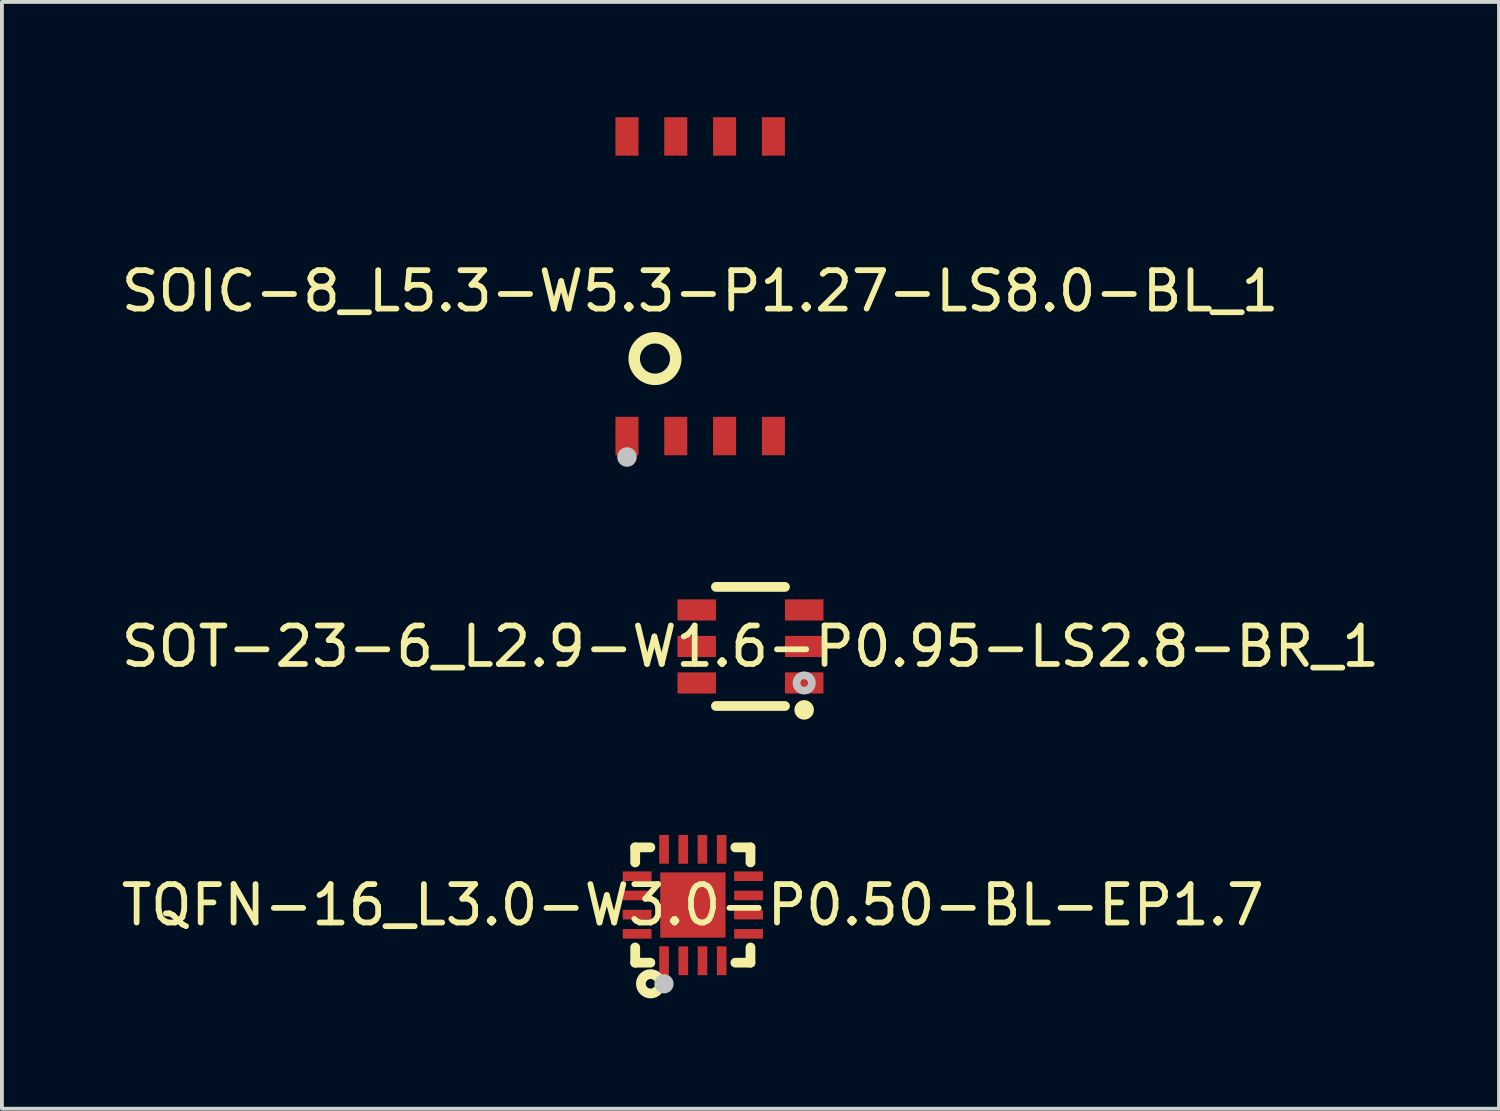
<source format=kicad_pcb>
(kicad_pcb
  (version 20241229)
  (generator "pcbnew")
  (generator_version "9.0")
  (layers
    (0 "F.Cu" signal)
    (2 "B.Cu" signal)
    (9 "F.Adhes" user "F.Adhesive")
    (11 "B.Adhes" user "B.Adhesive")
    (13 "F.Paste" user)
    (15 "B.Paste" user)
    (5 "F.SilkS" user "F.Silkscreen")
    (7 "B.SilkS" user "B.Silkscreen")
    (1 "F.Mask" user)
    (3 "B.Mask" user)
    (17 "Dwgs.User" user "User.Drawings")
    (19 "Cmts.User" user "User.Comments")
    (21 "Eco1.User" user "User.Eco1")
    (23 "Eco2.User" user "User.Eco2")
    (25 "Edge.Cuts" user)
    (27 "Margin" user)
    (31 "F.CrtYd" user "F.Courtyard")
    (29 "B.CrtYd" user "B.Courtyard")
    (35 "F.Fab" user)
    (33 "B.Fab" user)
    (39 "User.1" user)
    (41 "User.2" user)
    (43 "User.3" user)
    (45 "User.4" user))
  (footprint "SOIC-8_L5.3-W5.3-P1.27-LS8.0-BL_1"
    (layer "F.Cu")
    (at 15.173 4.527)
    (property "Reference" "SOIC-8_L5.3-W5.3-P1.27-LS8.0-BL_1" (at 0 0 0) (layer "F.SilkS") (effects (font (size 1 1) (thickness 0.15))))
    (fp_circle (center -1.176 1.755) (end -0.635 1.755) (stroke (width 0.299) (type default)) (fill no) (layer "F.SilkS"))
    (fp_circle (center -1.905 4.318) (end -1.778 4.318) (stroke (width 0.254) (type default)) (fill no) (layer "Dwgs.User"))
    (fp_poly (pts (xy -2.106 -4.128) (xy -1.704 -4.128) (xy -1.704 -3.627) (xy -2.106 -3.627)) (stroke (width 0.1) (type default)) (fill no) (layer "User.1"))
    (fp_poly (pts (xy -1.704 3.873) (xy -2.106 3.873) (xy -2.106 3.373) (xy -1.704 3.373)) (stroke (width 0.1) (type default)) (fill no) (layer "User.1"))
    (fp_poly (pts (xy -0.836 -4.128) (xy -0.434 -4.128) (xy -0.434 -3.627) (xy -0.836 -3.627)) (stroke (width 0.1) (type default)) (fill no) (layer "User.1"))
    (fp_poly (pts (xy -0.434 3.873) (xy -0.836 3.873) (xy -0.836 3.373) (xy -0.434 3.373)) (stroke (width 0.1) (type default)) (fill no) (layer "User.1"))
    (fp_poly (pts (xy 0.434 -4.128) (xy 0.836 -4.128) (xy 0.836 -3.627) (xy 0.434 -3.627)) (stroke (width 0.1) (type default)) (fill no) (layer "User.1"))
    (fp_poly (pts (xy 0.836 3.873) (xy 0.434 3.873) (xy 0.434 3.373) (xy 0.836 3.373)) (stroke (width 0.1) (type default)) (fill no) (layer "User.1"))
    (fp_poly (pts (xy 1.704 -4.128) (xy 2.106 -4.128) (xy 2.106 -3.627) (xy 1.704 -3.627)) (stroke (width 0.1) (type default)) (fill no) (layer "User.1"))
    (fp_poly (pts (xy 2.106 3.873) (xy 1.704 3.873) (xy 1.704 3.373) (xy 2.106 3.373)) (stroke (width 0.1) (type default)) (fill no) (layer "User.1"))
    (fp_line (start -2.999 -4.128) (end 2.999 -4.128) (stroke (width 0.051) (type default)) (layer "User.2"))
    (fp_line (start -2.999 3.873) (end -2.999 -4.128) (stroke (width 0.051) (type default)) (layer "User.2"))
    (fp_line (start 2.999 -4.128) (end 2.999 3.873) (stroke (width 0.051) (type default)) (layer "User.2"))
    (fp_line (start 2.999 3.873) (end -2.999 3.873) (stroke (width 0.051) (type default)) (layer "User.2"))
    (fp_poly (pts (xy -2.938 3.873) (xy -2.956 3.83) (xy -2.999 3.812) (xy -3.043 3.83) (xy -3.061 3.873) (xy -3.043 3.917) (xy -2.999 3.934) (xy -2.956 3.917)) (stroke (width 0.1) (type default)) (fill no) (layer "User.3"))
    (pad "1" smd rect (at -1.905 3.772) (size 0.6 1.001) (layers "F.Cu" "F.Mask" "F.Paste"))
    (pad "2" smd rect (at -0.635 3.772) (size 0.6 1.001) (layers "F.Cu" "F.Mask" "F.Paste"))
    (pad "3" smd rect (at 0.635 3.772) (size 0.6 1.001) (layers "F.Cu" "F.Mask" "F.Paste"))
    (pad "4" smd rect (at 1.905 3.772) (size 0.6 1.001) (layers "F.Cu" "F.Mask" "F.Paste"))
    (pad "5" smd rect (at 1.905 -4.026 180) (size 0.6 1.001) (layers "F.Cu" "F.Mask" "F.Paste"))
    (pad "6" smd rect (at 0.635 -4.026 180) (size 0.6 1.001) (layers "F.Cu" "F.Mask" "F.Paste"))
    (pad "7" smd rect (at -0.635 -4.026 180) (size 0.6 1.001) (layers "F.Cu" "F.Mask" "F.Paste"))
    (pad "8" smd rect (at -1.905 -4.026 180) (size 0.6 1.001) (layers "F.Cu" "F.Mask" "F.Paste")))
  (footprint "SOT-23-6_L2.9-W1.6-P0.95-LS2.8-BR_1"
    (layer "F.Cu")
    (at 16.482 13.775)
    (property "Reference" "SOT-23-6_L2.9-W1.6-P0.95-LS2.8-BR_1" (at 0 0 0) (layer "F.SilkS") (effects (font (size 1 1) (thickness 0.15))))
    (fp_line (start -0.899 -1.55) (end 0.899 -1.55) (stroke (width 0.254) (type default)) (layer "F.SilkS"))
    (fp_line (start -0.899 1.55) (end 0.899 1.55) (stroke (width 0.254) (type default)) (layer "F.SilkS"))
    (fp_circle (center 1.397 1.651) (end 1.524 1.651) (stroke (width 0.254) (type default)) (fill no) (layer "F.SilkS"))
    (fp_circle (center 1.399 0.95) (end 1.498 0.95) (stroke (width 0.201) (type default)) (fill no) (layer "Dwgs.User"))
    (fp_poly (pts (xy -0.934 -0.734) (xy -0.934 -1.166) (xy -0.79 -1.166) (xy -0.79 -0.734)) (stroke (width 0.1) (type default)) (fill no) (layer "User.1"))
    (fp_poly (pts (xy -0.934 0.216) (xy -0.934 -0.216) (xy -0.79 -0.216) (xy -0.79 0.216)) (stroke (width 0.1) (type default)) (fill no) (layer "User.1"))
    (fp_poly (pts (xy -0.934 1.166) (xy -0.934 0.734) (xy -0.79 0.734) (xy -0.79 1.166)) (stroke (width 0.1) (type default)) (fill no) (layer "User.1"))
    (fp_poly (pts (xy -0.924 -0.734) (xy -0.924 -1.166) (xy -1.399 -1.166) (xy -1.399 -0.734)) (stroke (width 0.1) (type default)) (fill no) (layer "User.1"))
    (fp_poly (pts (xy -0.924 0.216) (xy -0.924 -0.216) (xy -1.399 -0.216) (xy -1.399 0.216)) (stroke (width 0.1) (type default)) (fill no) (layer "User.1"))
    (fp_poly (pts (xy -0.924 1.166) (xy -0.924 0.734) (xy -1.399 0.734) (xy -1.399 1.166)) (stroke (width 0.1) (type default)) (fill no) (layer "User.1"))
    (fp_poly (pts (xy 0.924 -0.734) (xy 0.924 -1.166) (xy 1.399 -1.166) (xy 1.399 -0.734)) (stroke (width 0.1) (type default)) (fill no) (layer "User.1"))
    (fp_poly (pts (xy 0.924 0.216) (xy 0.924 -0.216) (xy 1.399 -0.216) (xy 1.399 0.216)) (stroke (width 0.1) (type default)) (fill no) (layer "User.1"))
    (fp_poly (pts (xy 0.924 1.166) (xy 0.924 0.734) (xy 1.399 0.734) (xy 1.399 1.166)) (stroke (width 0.1) (type default)) (fill no) (layer "User.1"))
    (fp_poly (pts (xy 0.934 -1.166) (xy 0.934 -0.734) (xy 0.79 -0.734) (xy 0.79 -1.166)) (stroke (width 0.1) (type default)) (fill no) (layer "User.1"))
    (fp_poly (pts (xy 0.934 -0.216) (xy 0.934 0.216) (xy 0.79 0.216) (xy 0.79 -0.216)) (stroke (width 0.1) (type default)) (fill no) (layer "User.1"))
    (fp_poly (pts (xy 0.934 0.734) (xy 0.934 1.166) (xy 0.79 1.166) (xy 0.79 0.734)) (stroke (width 0.1) (type default)) (fill no) (layer "User.1"))
    (fp_line (start -0.81 -1.435) (end 0.81 -1.435) (stroke (width 0.051) (type default)) (layer "User.2"))
    (fp_line (start -0.81 1.435) (end -0.81 -1.435) (stroke (width 0.051) (type default)) (layer "User.2"))
    (fp_line (start 0.81 -1.435) (end 0.81 1.435) (stroke (width 0.051) (type default)) (layer "User.2"))
    (fp_line (start 0.81 1.435) (end -0.81 1.435) (stroke (width 0.051) (type default)) (layer "User.2"))
    (fp_poly (pts (xy 1.46 1.435) (xy 1.443 1.392) (xy 1.399 1.374) (xy 1.356 1.392) (xy 1.339 1.435) (xy 1.356 1.478) (xy 1.399 1.496) (xy 1.443 1.478)) (stroke (width 0.1) (type default)) (fill no) (layer "User.3"))
    (pad "1" smd rect (at 1.399 0.95) (size 1.001 0.551) (layers "F.Cu" "F.Mask" "F.Paste"))
    (pad "2" smd rect (at 1.399 0) (size 1.001 0.551) (layers "F.Cu" "F.Mask" "F.Paste"))
    (pad "3" smd rect (at 1.399 -0.95) (size 1.001 0.551) (layers "F.Cu" "F.Mask" "F.Paste"))
    (pad "4" smd rect (at -1.399 -0.95) (size 1.001 0.551) (layers "F.Cu" "F.Mask" "F.Paste"))
    (pad "5" smd rect (at -1.399 0) (size 1.001 0.551) (layers "F.Cu" "F.Mask" "F.Paste"))
    (pad "6" smd rect (at -1.399 0.95) (size 1.001 0.551) (layers "F.Cu" "F.Mask" "F.Paste")))
  (footprint "TQFN-16_L3.0-W3.0-P0.50-BL-EP1.7"
    (layer "F.Cu")
    (at 14.982 20.505)
    (property "Reference" "TQFN-16_L3.0-W3.0-P0.50-BL-EP1.7" (at 0 0 0) (layer "F.SilkS") (effects (font (size 1 1) (thickness 0.15))))
    (fp_line (start -1.5 -1.5) (end -1.5 -1.109) (stroke (width 0.254) (type default)) (layer "F.SilkS"))
    (fp_line (start -1.5 -1.5) (end -1.105 -1.5) (stroke (width 0.254) (type default)) (layer "F.SilkS"))
    (fp_line (start -1.5 1.104) (end -1.5 1.5) (stroke (width 0.254) (type default)) (layer "F.SilkS"))
    (fp_line (start -1.5 1.5) (end -1.105 1.5) (stroke (width 0.254) (type default)) (layer "F.SilkS"))
    (fp_line (start 1.106 -1.5) (end 1.5 -1.5) (stroke (width 0.254) (type default)) (layer "F.SilkS"))
    (fp_line (start 1.107 1.5) (end 1.5 1.5) (stroke (width 0.254) (type default)) (layer "F.SilkS"))
    (fp_line (start 1.5 -1.109) (end 1.5 -1.5) (stroke (width 0.254) (type default)) (layer "F.SilkS"))
    (fp_line (start 1.5 1.5) (end 1.5 1.104) (stroke (width 0.254) (type default)) (layer "F.SilkS"))
    (fp_circle (center -1.1 2.05) (end -0.975 2.05) (stroke (width 0.254) (type default)) (fill no) (layer "F.SilkS"))
    (fp_poly (pts (xy -1.075 -0.625) (xy -1.075 -0.875) (xy -1.825 -0.875) (xy -1.825 -0.625)) (stroke (width 0) (type default)) (fill yes) (layer "F.Paste"))
    (fp_poly (pts (xy -1.075 -0.125) (xy -1.075 -0.375) (xy -1.825 -0.375) (xy -1.825 -0.125)) (stroke (width 0) (type default)) (fill yes) (layer "F.Paste"))
    (fp_poly (pts (xy -1.075 0.375) (xy -1.075 0.125) (xy -1.825 0.125) (xy -1.825 0.375)) (stroke (width 0) (type default)) (fill yes) (layer "F.Paste"))
    (fp_poly (pts (xy -1.075 0.875) (xy -1.075 0.625) (xy -1.825 0.625) (xy -1.825 0.875)) (stroke (width 0) (type default)) (fill yes) (layer "F.Paste"))
    (fp_poly (pts (xy -0.679 -0.68) (xy 0.68 -0.68) (xy 0.68 0.68) (xy -0.679 0.68)) (stroke (width 0) (type default)) (fill yes) (layer "F.Paste"))
    (fp_poly (pts (xy -0.624 -1.825) (xy -0.874 -1.825) (xy -0.874 -1.075) (xy -0.624 -1.075)) (stroke (width 0) (type default)) (fill yes) (layer "F.Paste"))
    (fp_poly (pts (xy -0.624 1.075) (xy -0.874 1.075) (xy -0.874 1.825) (xy -0.624 1.825)) (stroke (width 0) (type default)) (fill yes) (layer "F.Paste"))
    (fp_poly (pts (xy -0.124 -1.825) (xy -0.374 -1.825) (xy -0.374 -1.075) (xy -0.124 -1.075)) (stroke (width 0) (type default)) (fill yes) (layer "F.Paste"))
    (fp_poly (pts (xy -0.123 1.075) (xy -0.373 1.075) (xy -0.373 1.825) (xy -0.123 1.825)) (stroke (width 0) (type default)) (fill yes) (layer "F.Paste"))
    (fp_poly (pts (xy 0.376 -1.825) (xy 0.126 -1.825) (xy 0.126 -1.075) (xy 0.376 -1.075)) (stroke (width 0) (type default)) (fill yes) (layer "F.Paste"))
    (fp_poly (pts (xy 0.377 1.075) (xy 0.127 1.075) (xy 0.127 1.825) (xy 0.377 1.825)) (stroke (width 0) (type default)) (fill yes) (layer "F.Paste"))
    (fp_poly (pts (xy 0.875 -1.825) (xy 0.625 -1.825) (xy 0.625 -1.075) (xy 0.875 -1.075)) (stroke (width 0) (type default)) (fill yes) (layer "F.Paste"))
    (fp_poly (pts (xy 0.876 1.075) (xy 0.626 1.075) (xy 0.626 1.825) (xy 0.876 1.825)) (stroke (width 0) (type default)) (fill yes) (layer "F.Paste"))
    (fp_poly (pts (xy 1.825 -0.625) (xy 1.825 -0.875) (xy 1.075 -0.875) (xy 1.075 -0.625)) (stroke (width 0) (type default)) (fill yes) (layer "F.Paste"))
    (fp_poly (pts (xy 1.825 -0.125) (xy 1.825 -0.375) (xy 1.075 -0.375) (xy 1.075 -0.125)) (stroke (width 0) (type default)) (fill yes) (layer "F.Paste"))
    (fp_poly (pts (xy 1.825 0.375) (xy 1.825 0.125) (xy 1.075 0.125) (xy 1.075 0.375)) (stroke (width 0) (type default)) (fill yes) (layer "F.Paste"))
    (fp_poly (pts (xy 1.825 0.875) (xy 1.825 0.625) (xy 1.075 0.625) (xy 1.075 0.875)) (stroke (width 0) (type default)) (fill yes) (layer "F.Paste"))
    (fp_circle (center -0.75 2.05) (end -0.625 2.05) (stroke (width 0.25) (type default)) (fill no) (layer "Dwgs.User"))
    (fp_poly (pts (xy -1.1 -0.875) (xy -1.1 -0.625) (xy -1.5 -0.625) (xy -1.5 -0.875)) (stroke (width 0.1) (type default)) (fill no) (layer "User.1"))
    (fp_poly (pts (xy -1.1 -0.375) (xy -1.1 -0.125) (xy -1.5 -0.125) (xy -1.5 -0.375)) (stroke (width 0.1) (type default)) (fill no) (layer "User.1"))
    (fp_poly (pts (xy -1.1 0.125) (xy -1.1 0.375) (xy -1.5 0.375) (xy -1.5 0.125)) (stroke (width 0.1) (type default)) (fill no) (layer "User.1"))
    (fp_poly (pts (xy -1.1 0.625) (xy -1.1 0.875) (xy -1.5 0.875) (xy -1.5 0.625)) (stroke (width 0.1) (type default)) (fill no) (layer "User.1"))
    (fp_poly (pts (xy -0.874 -1.5) (xy -0.624 -1.5) (xy -0.624 -1.1) (xy -0.874 -1.1)) (stroke (width 0.1) (type default)) (fill no) (layer "User.1"))
    (fp_poly (pts (xy -0.85 -0.85) (xy 0.851 -0.85) (xy 0.851 0.85) (xy -0.85 0.85)) (stroke (width 0.1) (type default)) (fill no) (layer "User.1"))
    (fp_poly (pts (xy -0.624 1.5) (xy -0.874 1.5) (xy -0.874 1.1) (xy -0.624 1.1)) (stroke (width 0.1) (type default)) (fill no) (layer "User.1"))
    (fp_poly (pts (xy -0.374 -1.5) (xy -0.124 -1.5) (xy -0.124 -1.1) (xy -0.374 -1.1)) (stroke (width 0.1) (type default)) (fill no) (layer "User.1"))
    (fp_poly (pts (xy -0.123 1.5) (xy -0.373 1.5) (xy -0.373 1.1) (xy -0.123 1.1)) (stroke (width 0.1) (type default)) (fill no) (layer "User.1"))
    (fp_poly (pts (xy 0.125 -1.5) (xy 0.375 -1.5) (xy 0.375 -1.1) (xy 0.125 -1.1)) (stroke (width 0.1) (type default)) (fill no) (layer "User.1"))
    (fp_poly (pts (xy 0.377 1.5) (xy 0.127 1.5) (xy 0.127 1.1) (xy 0.377 1.1)) (stroke (width 0.1) (type default)) (fill no) (layer "User.1"))
    (fp_poly (pts (xy 0.625 -1.5) (xy 0.875 -1.5) (xy 0.875 -1.1) (xy 0.625 -1.1)) (stroke (width 0.1) (type default)) (fill no) (layer "User.1"))
    (fp_poly (pts (xy 0.876 1.5) (xy 0.626 1.5) (xy 0.626 1.1) (xy 0.876 1.1)) (stroke (width 0.1) (type default)) (fill no) (layer "User.1"))
    (fp_poly (pts (xy 1.1 -0.625) (xy 1.1 -0.875) (xy 1.5 -0.875) (xy 1.5 -0.625)) (stroke (width 0.1) (type default)) (fill no) (layer "User.1"))
    (fp_poly (pts (xy 1.1 -0.125) (xy 1.1 -0.375) (xy 1.5 -0.375) (xy 1.5 -0.125)) (stroke (width 0.1) (type default)) (fill no) (layer "User.1"))
    (fp_poly (pts (xy 1.1 0.375) (xy 1.1 0.125) (xy 1.5 0.125) (xy 1.5 0.375)) (stroke (width 0.1) (type default)) (fill no) (layer "User.1"))
    (fp_poly (pts (xy 1.1 0.875) (xy 1.1 0.625) (xy 1.5 0.625) (xy 1.5 0.875)) (stroke (width 0.1) (type default)) (fill no) (layer "User.1"))
    (fp_line (start -1.5 -1.5) (end 1.5 -1.5) (stroke (width 0.051) (type default)) (layer "User.2"))
    (fp_line (start -1.5 1.5) (end -1.5 -1.5) (stroke (width 0.051) (type default)) (layer "User.2"))
    (fp_line (start 1.5 -1.5) (end 1.5 1.5) (stroke (width 0.051) (type default)) (layer "User.2"))
    (fp_line (start 1.5 1.5) (end -1.5 1.5) (stroke (width 0.051) (type default)) (layer "User.2"))
    (fp_poly (pts (xy -1.44 1.5) (xy -1.458 1.458) (xy -1.5 1.44) (xy -1.542 1.458) (xy -1.56 1.5) (xy -1.542 1.542) (xy -1.5 1.56) (xy -1.458 1.542)) (stroke (width 0.1) (type default)) (fill no) (layer "User.3"))
    (pad "1" smd rect (at -0.749 1.45) (size 0.25 0.75) (layers "F.Cu" "F.Mask" "F.Paste"))
    (pad "2" smd rect (at -0.248 1.45) (size 0.25 0.75) (layers "F.Cu" "F.Mask" "F.Paste"))
    (pad "3" smd rect (at 0.252 1.45) (size 0.25 0.75) (layers "F.Cu" "F.Mask" "F.Paste"))
    (pad "4" smd rect (at 0.751 1.45) (size 0.25 0.75) (layers "F.Cu" "F.Mask" "F.Paste"))
    (pad "5" smd rect (at 1.45 0.75) (size 0.75 0.25) (layers "F.Cu" "F.Mask" "F.Paste"))
    (pad "6" smd rect (at 1.45 0.25) (size 0.75 0.25) (layers "F.Cu" "F.Mask" "F.Paste"))
    (pad "7" smd rect (at 1.45 -0.25) (size 0.75 0.25) (layers "F.Cu" "F.Mask" "F.Paste"))
    (pad "8" smd rect (at 1.45 -0.75) (size 0.75 0.25) (layers "F.Cu" "F.Mask" "F.Paste"))
    (pad "9" smd rect (at 0.75 -1.45) (size 0.25 0.75) (layers "F.Cu" "F.Mask" "F.Paste"))
    (pad "10" smd rect (at 0.25 -1.45) (size 0.25 0.75) (layers "F.Cu" "F.Mask" "F.Paste"))
    (pad "11" smd rect (at -0.25 -1.45) (size 0.25 0.75) (layers "F.Cu" "F.Mask" "F.Paste"))
    (pad "12" smd rect (at -0.749 -1.45) (size 0.25 0.75) (layers "F.Cu" "F.Mask" "F.Paste"))
    (pad "13" smd rect (at -1.45 -0.75) (size 0.75 0.25) (layers "F.Cu" "F.Mask" "F.Paste"))
    (pad "14" smd rect (at -1.45 -0.25) (size 0.75 0.25) (layers "F.Cu" "F.Mask" "F.Paste"))
    (pad "15" smd rect (at -1.45 0.25) (size 0.75 0.25) (layers "F.Cu" "F.Mask" "F.Paste"))
    (pad "16" smd rect (at -1.45 0.75) (size 0.75 0.25) (layers "F.Cu" "F.Mask" "F.Paste"))
    (pad "17" smd rect (at 0.001 0) (size 1.7 1.7) (layers "F.Cu" "F.Mask" "F.Paste")))
  (gr_rect
    (start -3 -3)
    (end 35.964 25.807)
    (stroke (width 0.1) (type default))
    (fill no)
    (layer "Edge.Cuts")))
</source>
